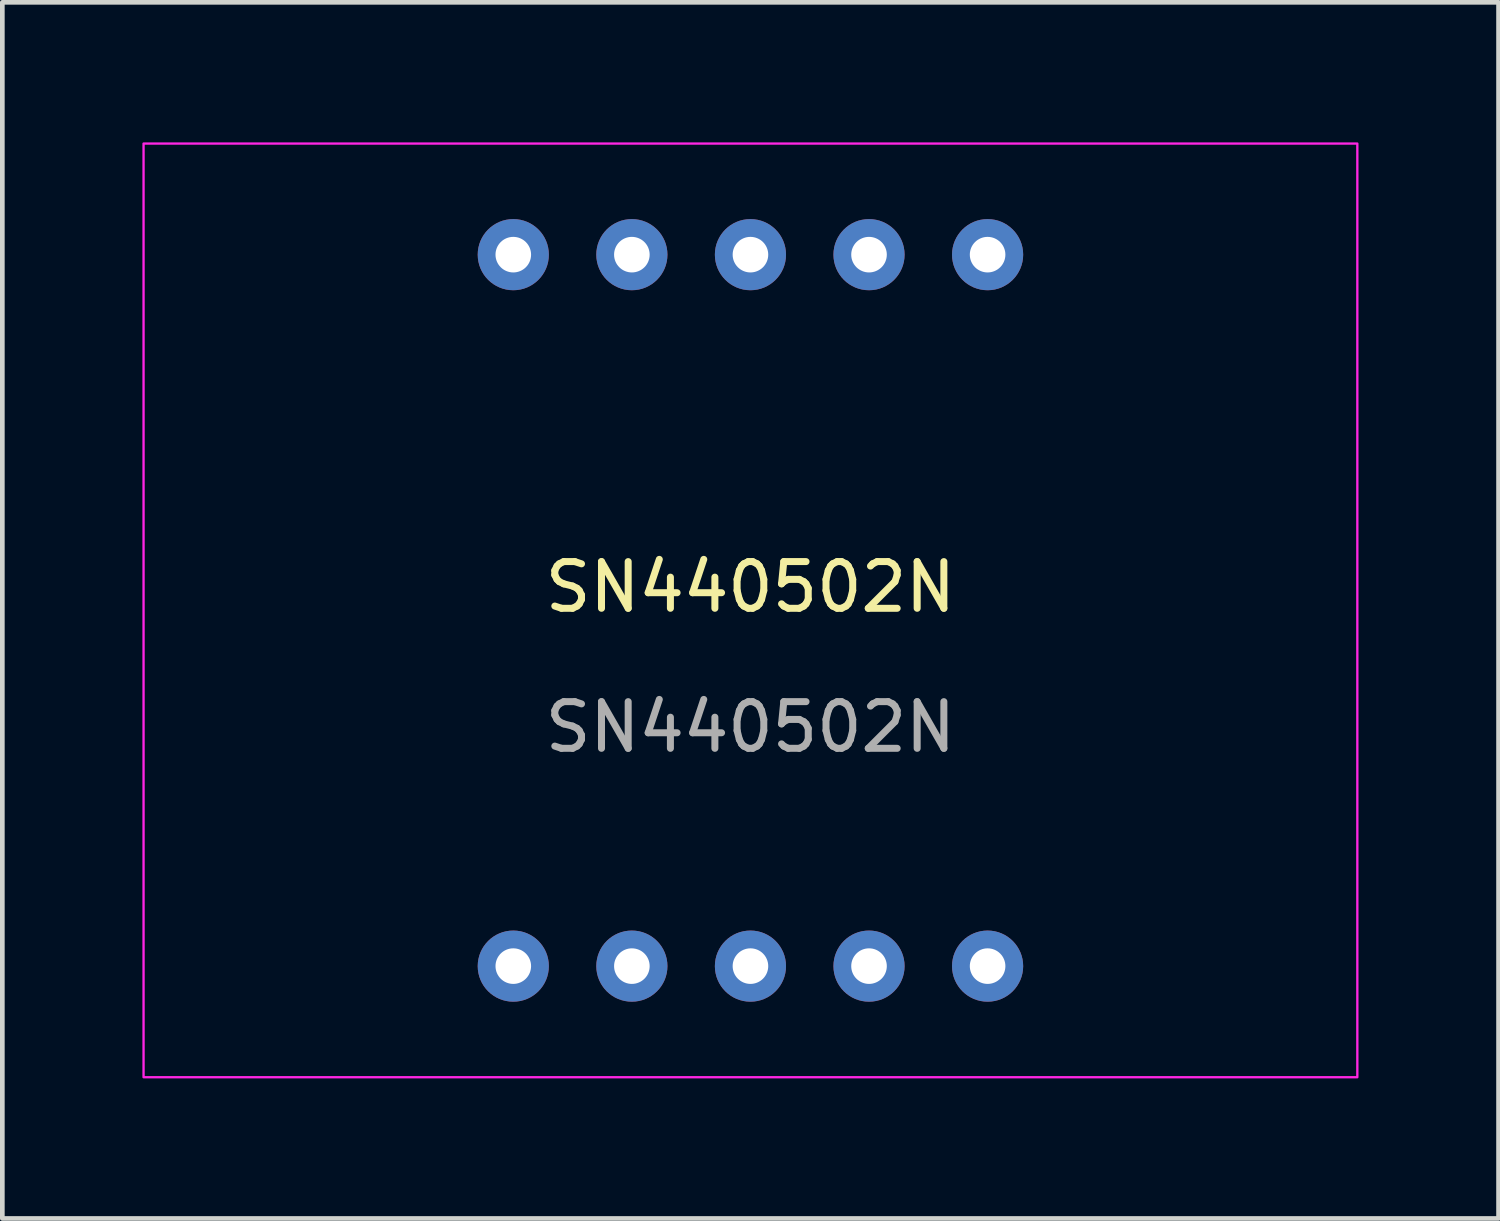
<source format=kicad_pcb>
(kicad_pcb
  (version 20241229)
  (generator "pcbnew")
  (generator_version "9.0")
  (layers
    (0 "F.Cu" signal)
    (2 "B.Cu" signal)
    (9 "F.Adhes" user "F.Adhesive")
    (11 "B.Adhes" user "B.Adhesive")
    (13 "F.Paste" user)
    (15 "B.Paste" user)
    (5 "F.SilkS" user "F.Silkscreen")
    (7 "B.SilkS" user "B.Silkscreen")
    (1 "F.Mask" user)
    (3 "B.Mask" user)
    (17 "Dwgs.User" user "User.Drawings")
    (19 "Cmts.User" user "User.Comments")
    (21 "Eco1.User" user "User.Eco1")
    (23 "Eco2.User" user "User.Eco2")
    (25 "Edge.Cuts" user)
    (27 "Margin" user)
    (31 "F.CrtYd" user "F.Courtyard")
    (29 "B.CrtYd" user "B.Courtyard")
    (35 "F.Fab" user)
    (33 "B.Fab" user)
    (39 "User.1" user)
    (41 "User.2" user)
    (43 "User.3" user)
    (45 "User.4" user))
  (footprint "SN440502N"
    (layer "F.Cu")
    (at 13.025 10.025)
    (property "Reference" "SN440502N" (at 0 -0.5 0) (unlocked yes) (layer "F.SilkS") (effects (font (size 1 1) (thickness 0.15))))
    (attr through_hole)
    (fp_rect (start -13 -10) (end 13 10) (stroke (width 0.05) (type solid)) (fill no) (layer "F.CrtYd"))
    (fp_text user "${REFERENCE}" (at 0 2.5 0) (unlocked yes) (layer "F.Fab") (effects (font (size 1 1) (thickness 0.15))))
    (pad "1" thru_hole circle (at -5.08 7.62) (size 1.524 1.524) (drill 0.762) (layers "*.Cu" "*.Mask"))
    (pad "2" thru_hole circle (at -2.54 7.62) (size 1.524 1.524) (drill 0.762) (layers "*.Cu" "*.Mask"))
    (pad "3" thru_hole circle (at 0 7.62) (size 1.524 1.524) (drill 0.762) (layers "*.Cu" "*.Mask"))
    (pad "4" thru_hole circle (at 2.54 7.62) (size 1.524 1.524) (drill 0.762) (layers "*.Cu" "*.Mask"))
    (pad "5" thru_hole circle (at 5.08 7.62) (size 1.524 1.524) (drill 0.762) (layers "*.Cu" "*.Mask"))
    (pad "6" thru_hole circle (at 5.08 -7.62) (size 1.524 1.524) (drill 0.762) (layers "*.Cu" "*.Mask"))
    (pad "7" thru_hole circle (at 2.54 -7.62) (size 1.524 1.524) (drill 0.762) (layers "*.Cu" "*.Mask"))
    (pad "8" thru_hole circle (at 0 -7.62) (size 1.524 1.524) (drill 0.762) (layers "*.Cu" "*.Mask"))
    (pad "9" thru_hole circle (at -2.54 -7.62) (size 1.524 1.524) (drill 0.762) (layers "*.Cu" "*.Mask"))
    (pad "10" thru_hole circle (at -5.08 -7.62) (size 1.524 1.524) (drill 0.762) (layers "*.Cu" "*.Mask")))
  (gr_rect
    (start -3 -3)
    (end 29.05 23.05)
    (stroke (width 0.1) (type default))
    (fill no)
    (layer "Edge.Cuts")))
</source>
